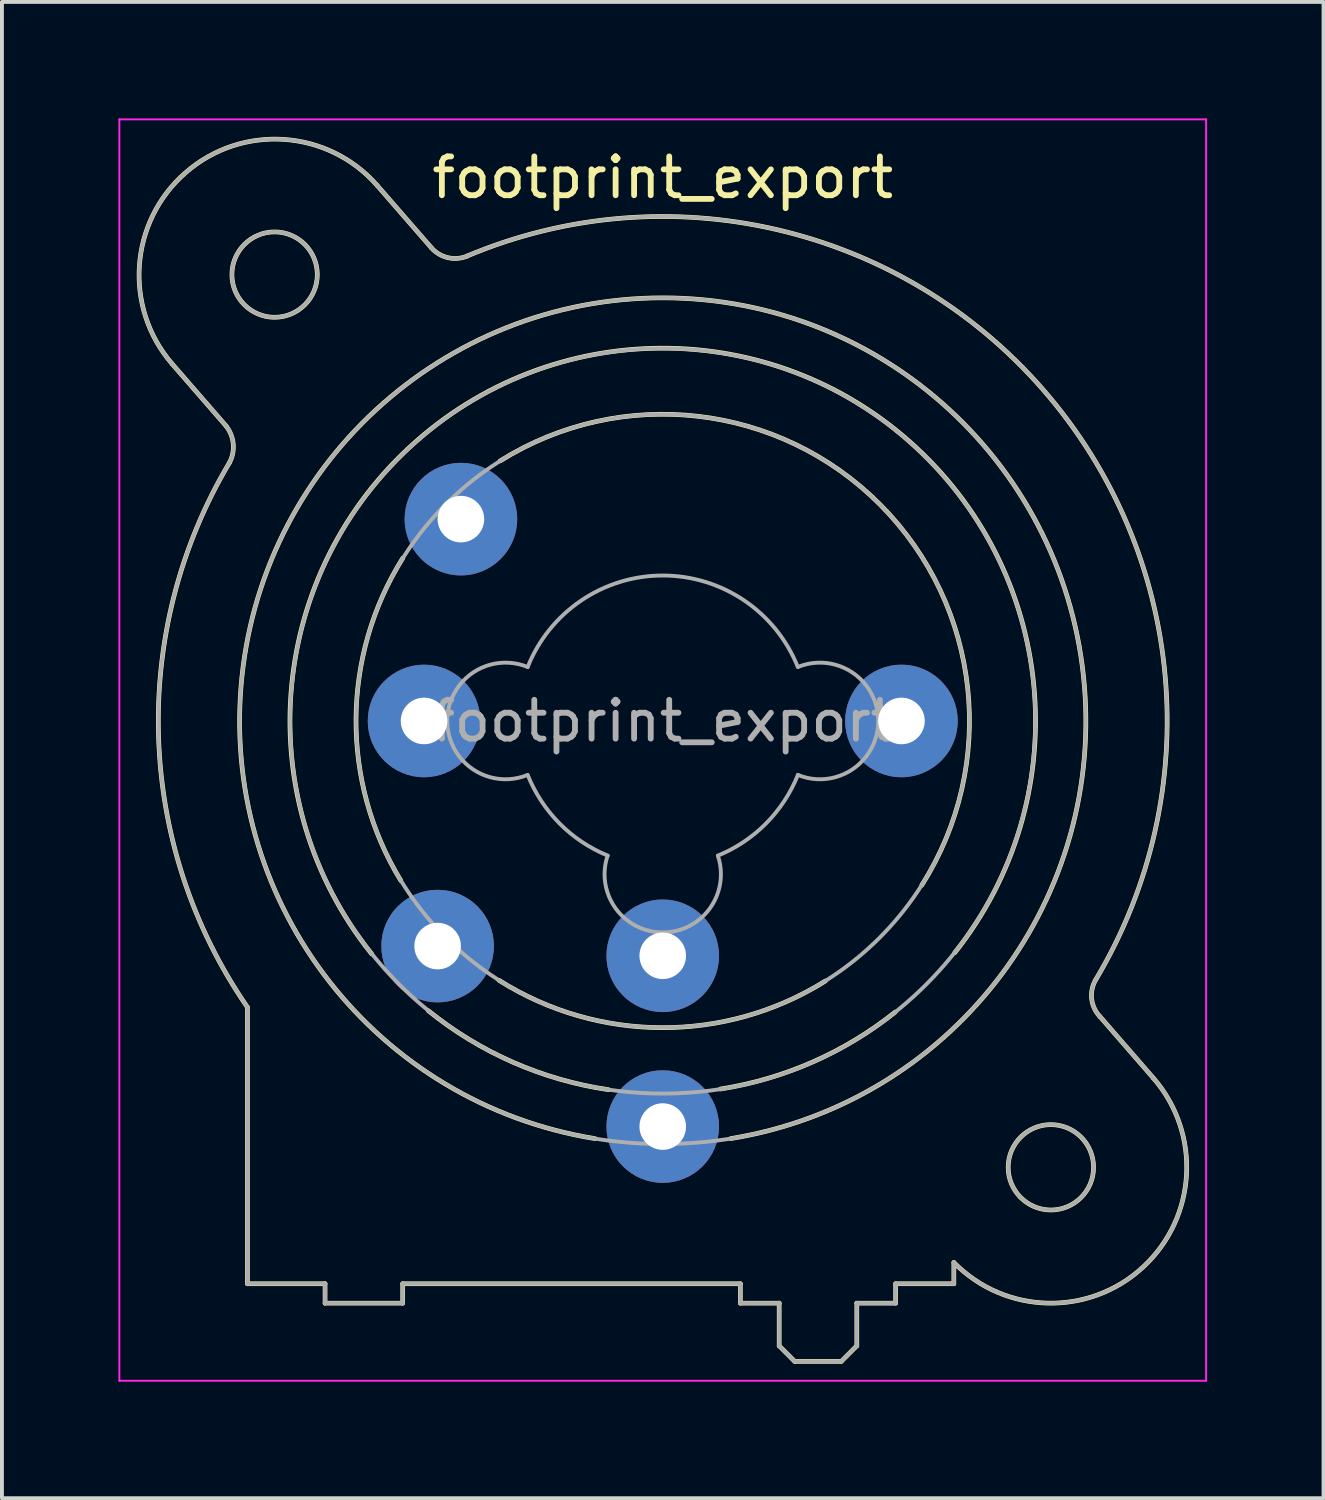
<source format=kicad_pcb>
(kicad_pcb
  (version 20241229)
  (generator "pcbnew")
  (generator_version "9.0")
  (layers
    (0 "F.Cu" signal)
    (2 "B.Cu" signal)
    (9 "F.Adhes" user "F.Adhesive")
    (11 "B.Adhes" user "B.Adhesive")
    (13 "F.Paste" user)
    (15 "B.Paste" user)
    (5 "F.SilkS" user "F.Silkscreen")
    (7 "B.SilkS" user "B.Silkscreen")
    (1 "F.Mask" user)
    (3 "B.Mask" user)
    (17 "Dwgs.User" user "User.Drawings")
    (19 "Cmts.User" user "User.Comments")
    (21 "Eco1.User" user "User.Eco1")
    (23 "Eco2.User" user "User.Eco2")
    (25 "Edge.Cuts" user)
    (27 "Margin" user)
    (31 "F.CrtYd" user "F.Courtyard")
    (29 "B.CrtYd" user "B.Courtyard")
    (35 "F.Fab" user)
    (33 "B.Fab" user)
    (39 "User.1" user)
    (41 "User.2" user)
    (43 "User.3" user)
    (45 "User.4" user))
  (footprint "footprint_export"
    (layer "F.Cu")
    (at 20.175 15.525)
    (property "Reference" "footprint_export" (at -6.15 -14 0) (layer "F.SilkS") (effects (font (size 1 1) (thickness 0.15))))
    (attr through_hole)
    (fp_line (start -17.4 -7.6) (end -18.79 -9.2) (stroke (width 0.12) (type solid)) (layer "F.SilkS"))
    (fp_line (start -16.85 14.5) (end -16.85 7.38) (stroke (width 0.12) (type solid)) (layer "F.SilkS"))
    (fp_line (start -14.85 14.5) (end -16.85 14.5) (stroke (width 0.12) (type solid)) (layer "F.SilkS"))
    (fp_line (start -14.85 14.5) (end -14.85 15) (stroke (width 0.12) (type solid)) (layer "F.SilkS"))
    (fp_line (start -13.51 -13.8) (end -12.11 -12.19) (stroke (width 0.12) (type solid)) (layer "F.SilkS"))
    (fp_line (start -12.85 14.5) (end -12.85 15) (stroke (width 0.12) (type solid)) (layer "F.SilkS"))
    (fp_line (start -12.85 15) (end -14.85 15) (stroke (width 0.12) (type solid)) (layer "F.SilkS"))
    (fp_line (start -4.15 14.5) (end -12.85 14.5) (stroke (width 0.12) (type solid)) (layer "F.SilkS"))
    (fp_line (start -4.15 14.5) (end -4.15 15) (stroke (width 0.12) (type solid)) (layer "F.SilkS"))
    (fp_line (start -3.15 15) (end -4.15 15) (stroke (width 0.12) (type solid)) (layer "F.SilkS"))
    (fp_line (start -3.15 15) (end -3.15 16.1) (stroke (width 0.12) (type solid)) (layer "F.SilkS"))
    (fp_line (start -3.15 16.1) (end -2.75 16.5) (stroke (width 0.12) (type solid)) (layer "F.SilkS"))
    (fp_line (start -1.55 16.5) (end -2.75 16.5) (stroke (width 0.12) (type solid)) (layer "F.SilkS"))
    (fp_line (start -1.15 15) (end -1.15 16.1) (stroke (width 0.12) (type solid)) (layer "F.SilkS"))
    (fp_line (start -1.15 16.1) (end -1.55 16.5) (stroke (width 0.12) (type solid)) (layer "F.SilkS"))
    (fp_line (start -0.15 14.5) (end -0.15 15) (stroke (width 0.12) (type solid)) (layer "F.SilkS"))
    (fp_line (start -0.15 15) (end -1.15 15) (stroke (width 0.12) (type solid)) (layer "F.SilkS"))
    (fp_line (start 1.35 13.95) (end 1.35 14.5) (stroke (width 0.12) (type solid)) (layer "F.SilkS"))
    (fp_line (start 1.35 14.5) (end -0.15 14.5) (stroke (width 0.12) (type solid)) (layer "F.SilkS"))
    (fp_line (start 5.1 7.6) (end 6.49 9.2) (stroke (width 0.12) (type solid)) (layer "F.SilkS"))
    (fp_arc (start -18.79 -9.2) (mid -18.45 -14.14) (end -13.51 -13.8) (stroke (width 0.12) (type solid)) (layer "F.SilkS"))
    (fp_arc (start -17.400452 -7.59955) (mid -17.216295 -7.14315) (end -17.31 -6.66) (stroke (width 0.12) (type solid)) (layer "F.SilkS"))
    (fp_arc (start -16.851206 7.374645) (mid -19.139261 0.42462) (end -17.31 -6.66) (stroke (width 0.12) (type solid)) (layer "F.SilkS"))
    (fp_arc (start -13.65 6) (mid -6.168408 -9.604669) (end 1.372943 5.971208) (stroke (width 0.12) (type solid)) (layer "F.SilkS"))
    (fp_arc (start -12.9 4.11) (mid -14.052663 -0.0501) (end -12.847348 -4.195251) (stroke (width 0.12) (type solid)) (layer "F.SilkS"))
    (fp_arc (start -11.201352 -11.974349) (mid 3.655031 -8.530097) (end 5.01 6.66) (stroke (width 0.12) (type solid)) (layer "F.SilkS"))
    (fp_arc (start -11.177539 -11.981856) (mid -11.677484 -11.93489) (end -12.11 -12.19) (stroke (width 0.12) (type solid)) (layer "F.SilkS"))
    (fp_arc (start -10.34 -6.7) (mid -0.544787 -5.570251) (end 0.523653 4.231839) (stroke (width 0.12) (type solid)) (layer "F.SilkS"))
    (fp_arc (start -7.9 10.76) (mid -6.152346 -10.90138) (end -4.395368 10.759246) (stroke (width 0.12) (type solid)) (layer "F.SilkS"))
    (fp_arc (start -7.55 9.5) (mid -10.007174 8.793873) (end -12.190932 7.464391) (stroke (width 0.12) (type solid)) (layer "F.SilkS"))
    (fp_arc (start -1.96 6.7) (mid -6.167825 7.902264) (end -10.370184 6.681029) (stroke (width 0.12) (type solid)) (layer "F.SilkS"))
    (fp_arc (start -0.16 7.5) (mid -2.282236 8.784674) (end -4.662837 9.482534) (stroke (width 0.12) (type solid)) (layer "F.SilkS"))
    (fp_arc (start 5.109394 7.611661) (mid 4.900255 7.152483) (end 5.01 6.66) (stroke (width 0.12) (type solid)) (layer "F.SilkS"))
    (fp_arc (start 6.49 9.2) (mid 6.227307 14.070606) (end 1.351052 13.95252) (stroke (width 0.12) (type solid)) (layer "F.SilkS"))
    (fp_circle (center -16.15 -11.5) (end -15.05 -11.5) (stroke (width 0.12) (type solid)) (fill no) (layer "F.SilkS"))
    (fp_circle (center 3.85 11.5) (end 4.95 11.5) (stroke (width 0.12) (type solid)) (fill no) (layer "F.SilkS"))
    (fp_line (start -20.15 -15.5) (end 7.85 -15.5) (stroke (width 0.05) (type solid)) (layer "F.CrtYd"))
    (fp_line (start -20.15 17) (end -20.15 -15.5) (stroke (width 0.05) (type solid)) (layer "F.CrtYd"))
    (fp_line (start 7.85 -15.5) (end 7.85 17) (stroke (width 0.05) (type solid)) (layer "F.CrtYd"))
    (fp_line (start 7.85 17) (end -20.15 17) (stroke (width 0.05) (type solid)) (layer "F.CrtYd"))
    (fp_line (start -17.4 -7.6) (end -18.79 -9.2) (stroke (width 0.1) (type solid)) (layer "F.Fab"))
    (fp_line (start -16.85 14.5) (end -16.85 7.38) (stroke (width 0.1) (type solid)) (layer "F.Fab"))
    (fp_line (start -14.85 14.5) (end -16.85 14.5) (stroke (width 0.1) (type solid)) (layer "F.Fab"))
    (fp_line (start -14.85 14.5) (end -14.85 15) (stroke (width 0.1) (type solid)) (layer "F.Fab"))
    (fp_line (start -13.51 -13.8) (end -12.11 -12.19) (stroke (width 0.1) (type solid)) (layer "F.Fab"))
    (fp_line (start -12.85 14.5) (end -12.85 15) (stroke (width 0.1) (type solid)) (layer "F.Fab"))
    (fp_line (start -12.85 15) (end -14.85 15) (stroke (width 0.1) (type solid)) (layer "F.Fab"))
    (fp_line (start -4.15 14.5) (end -12.85 14.5) (stroke (width 0.1) (type solid)) (layer "F.Fab"))
    (fp_line (start -4.15 14.5) (end -4.15 15) (stroke (width 0.1) (type solid)) (layer "F.Fab"))
    (fp_line (start -3.15 15) (end -4.15 15) (stroke (width 0.1) (type solid)) (layer "F.Fab"))
    (fp_line (start -3.15 15) (end -3.15 16.1) (stroke (width 0.1) (type solid)) (layer "F.Fab"))
    (fp_line (start -3.15 16.1) (end -2.75 16.5) (stroke (width 0.1) (type solid)) (layer "F.Fab"))
    (fp_line (start -1.55 16.5) (end -2.75 16.5) (stroke (width 0.1) (type solid)) (layer "F.Fab"))
    (fp_line (start -1.15 15) (end -1.15 16.1) (stroke (width 0.1) (type solid)) (layer "F.Fab"))
    (fp_line (start -1.15 16.1) (end -1.55 16.5) (stroke (width 0.1) (type solid)) (layer "F.Fab"))
    (fp_line (start -0.15 14.5) (end -0.15 15) (stroke (width 0.1) (type solid)) (layer "F.Fab"))
    (fp_line (start -0.15 15) (end -1.15 15) (stroke (width 0.1) (type solid)) (layer "F.Fab"))
    (fp_line (start 1.35 13.95) (end 1.35 14.5) (stroke (width 0.1) (type solid)) (layer "F.Fab"))
    (fp_line (start 1.35 14.5) (end -0.15 14.5) (stroke (width 0.1) (type solid)) (layer "F.Fab"))
    (fp_line (start 5.1 7.6) (end 6.49 9.2) (stroke (width 0.1) (type solid)) (layer "F.Fab"))
    (fp_arc (start -18.79 -9.2) (mid -18.45 -14.14) (end -13.51 -13.8) (stroke (width 0.1) (type solid)) (layer "F.Fab"))
    (fp_arc (start -17.400452 -7.59955) (mid -17.216295 -7.14315) (end -17.31 -6.66) (stroke (width 0.1) (type solid)) (layer "F.Fab"))
    (fp_arc (start -16.851206 7.374645) (mid -19.139261 0.42462) (end -17.31 -6.66) (stroke (width 0.1) (type solid)) (layer "F.Fab"))
    (fp_arc (start -11.201352 -11.974349) (mid 3.655031 -8.530097) (end 5.01 6.66) (stroke (width 0.1) (type solid)) (layer "F.Fab"))
    (fp_arc (start -11.177539 -11.981856) (mid -11.677484 -11.93489) (end -12.11 -12.19) (stroke (width 0.1) (type solid)) (layer "F.Fab"))
    (fp_arc (start -9.634717 1.391925) (mid -11.702329 -0.002547) (end -9.63 -1.39) (stroke (width 0.1) (type solid)) (layer "F.Fab"))
    (fp_arc (start -9.631116 -1.387204) (mid -6.151505 -3.747333) (end -2.67 -1.39) (stroke (width 0.1) (type solid)) (layer "F.Fab"))
    (fp_arc (start -7.567529 3.468878) (mid -8.810241 2.639246) (end -9.63 1.39) (stroke (width 0.1) (type solid)) (layer "F.Fab"))
    (fp_arc (start -4.729599 3.471189) (mid -6.150627 5.448932) (end -7.57 3.47) (stroke (width 0.1) (type solid)) (layer "F.Fab"))
    (fp_arc (start -2.667476 1.389002) (mid -3.487046 2.639314) (end -4.73 3.47) (stroke (width 0.1) (type solid)) (layer "F.Fab"))
    (fp_arc (start -2.665283 -1.391925) (mid -0.597671 0.002547) (end -2.67 1.39) (stroke (width 0.1) (type solid)) (layer "F.Fab"))
    (fp_arc (start 5.109394 7.611661) (mid 4.900255 7.152483) (end 5.01 6.66) (stroke (width 0.1) (type solid)) (layer "F.Fab"))
    (fp_arc (start 6.49 9.2) (mid 6.227307 14.070606) (end 1.351052 13.95252) (stroke (width 0.1) (type solid)) (layer "F.Fab"))
    (fp_circle (center -16.15 -11.5) (end -15.05 -11.5) (stroke (width 0.1) (type solid)) (fill no) (layer "F.Fab"))
    (fp_circle (center -6.15 0) (end 1.75 0) (stroke (width 0.1) (type solid)) (fill no) (layer "F.Fab"))
    (fp_circle (center -6.15 0) (end 3.45 0) (stroke (width 0.1) (type solid)) (fill no) (layer "F.Fab"))
    (fp_circle (center -6.15 0) (end 4.75 0) (stroke (width 0.1) (type solid)) (fill no) (layer "F.Fab"))
    (fp_circle (center 3.85 11.5) (end 4.95 11.5) (stroke (width 0.1) (type solid)) (fill no) (layer "F.Fab"))
    (fp_text user "${REFERENCE}" (at -6.15 0 0) (layer "F.Fab") (effects (font (size 1 1) (thickness 0.15))))
    (pad "1" thru_hole circle (at 0 0) (size 2.9 2.9) (drill 1.2) (layers "*.Cu" "*.Mask"))
    (pad "2" thru_hole circle (at -12.3 0) (size 2.9 2.9) (drill 1.2) (layers "*.Cu" "*.Mask"))
    (pad "3" thru_hole circle (at -6.15 6.05) (size 2.9 2.9) (drill 1.2) (layers "*.Cu" "*.Mask"))
    (pad "G" thru_hole circle (at -6.15 10.45) (size 2.9 2.9) (drill 1.2) (layers "*.Cu" "*.Mask"))
    (pad "S" thru_hole circle (at -11.95 5.8) (size 2.9 2.9) (drill 1.2) (layers "*.Cu" "*.Mask"))
    (pad "T" thru_hole circle (at -11.35 -5.2) (size 2.9 2.9) (drill 1.2) (layers "*.Cu" "*.Mask")))
  (gr_rect
    (start -3 -3)
    (end 31.05 35.55)
    (stroke (width 0.1) (type default))
    (fill no)
    (layer "Edge.Cuts")))
</source>
